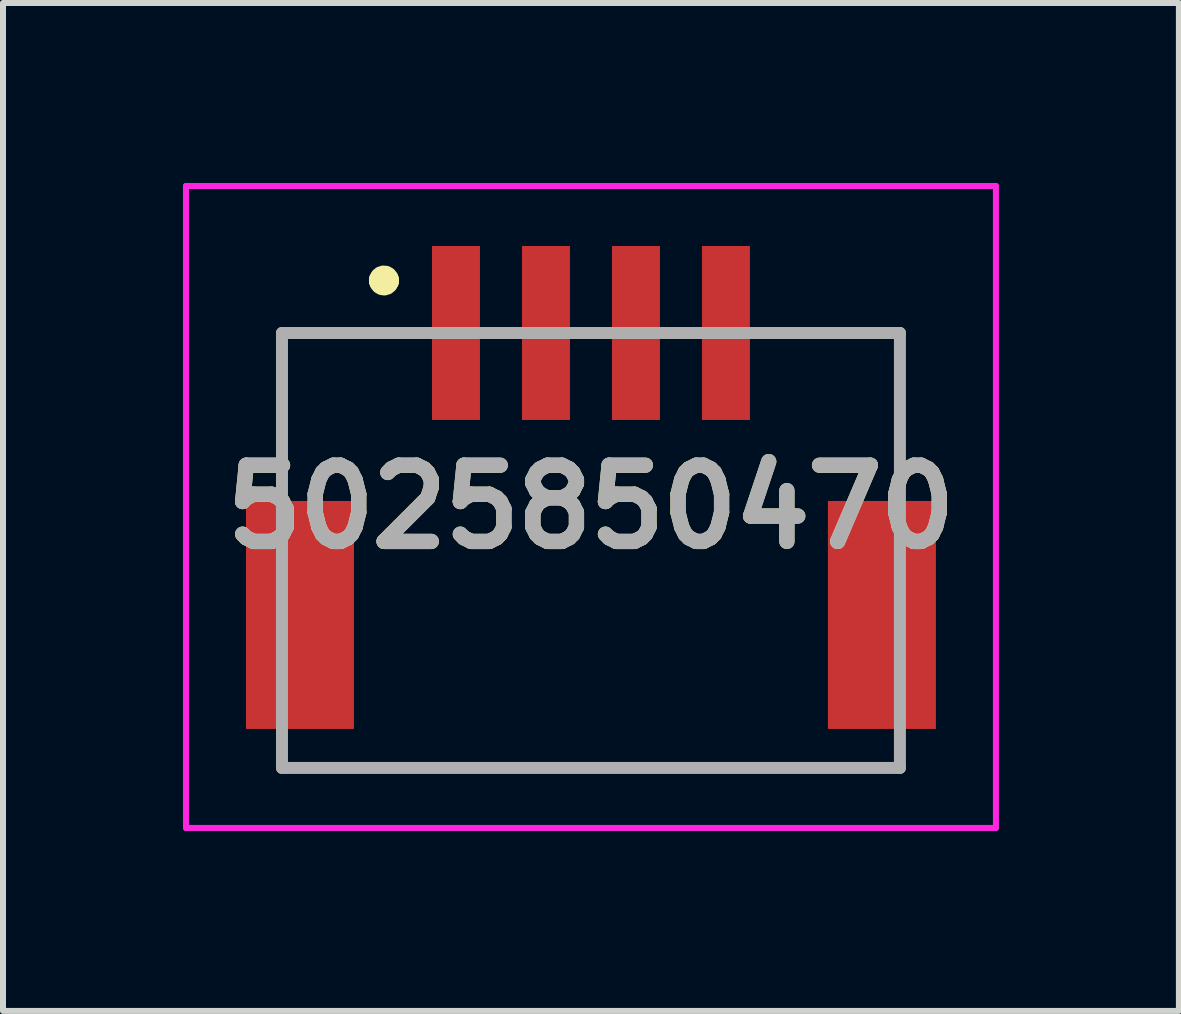
<source format=kicad_pcb>
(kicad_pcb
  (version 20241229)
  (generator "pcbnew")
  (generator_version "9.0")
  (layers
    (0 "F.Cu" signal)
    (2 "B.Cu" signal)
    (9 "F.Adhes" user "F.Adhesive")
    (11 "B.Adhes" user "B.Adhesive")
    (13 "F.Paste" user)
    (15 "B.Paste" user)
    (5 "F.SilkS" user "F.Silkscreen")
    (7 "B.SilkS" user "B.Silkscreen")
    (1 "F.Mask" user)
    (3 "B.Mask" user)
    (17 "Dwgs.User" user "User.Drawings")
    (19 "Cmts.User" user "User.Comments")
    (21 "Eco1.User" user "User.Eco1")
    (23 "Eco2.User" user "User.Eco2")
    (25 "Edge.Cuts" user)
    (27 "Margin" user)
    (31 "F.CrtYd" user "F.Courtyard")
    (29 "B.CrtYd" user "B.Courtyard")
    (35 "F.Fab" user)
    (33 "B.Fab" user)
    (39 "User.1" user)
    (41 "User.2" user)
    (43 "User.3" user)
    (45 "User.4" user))
  (footprint "5025850470"
    (layer "F.Cu")
    (at 6.8 6.125)
    (property "Reference" "5025850470" (at 0 -0.725 0) (layer "F.SilkS") (effects (font (size 1.27 1.27) (thickness 0.254))))
    (attr smd)
    (fp_line (start -5.15 -3.625) (end -5.15 -1.5) (stroke (width 0.1) (type solid)) (layer "F.SilkS"))
    (fp_line (start -5.15 3.625) (end 4.85 3.625) (stroke (width 0.1) (type solid)) (layer "F.SilkS"))
    (fp_line (start -3.5 -4.5) (end -3.5 -4.5) (stroke (width 0.4) (type solid)) (layer "F.SilkS"))
    (fp_line (start -3.4 -4.5) (end -3.4 -4.5) (stroke (width 0.4) (type solid)) (layer "F.SilkS"))
    (fp_line (start -3 -3.625) (end -5.15 -3.625) (stroke (width 0.1) (type solid)) (layer "F.SilkS"))
    (fp_line (start 3 -3.625) (end 5.15 -3.625) (stroke (width 0.1) (type solid)) (layer "F.SilkS"))
    (fp_line (start 5.15 -3.625) (end 5.15 -1.5) (stroke (width 0.1) (type solid)) (layer "F.SilkS"))
    (fp_arc (start -3.5 -4.5) (mid -3.45 -4.55) (end -3.4 -4.5) (stroke (width 0.4) (type solid)) (layer "F.SilkS"))
    (fp_arc (start -3.4 -4.5) (mid -3.45 -4.45) (end -3.5 -4.5) (stroke (width 0.4) (type solid)) (layer "F.SilkS"))
    (fp_line (start -6.75 -6.075) (end 6.75 -6.075) (stroke (width 0.1) (type solid)) (layer "F.CrtYd"))
    (fp_line (start -6.75 4.625) (end -6.75 -6.075) (stroke (width 0.1) (type solid)) (layer "F.CrtYd"))
    (fp_line (start 6.75 -6.075) (end 6.75 4.625) (stroke (width 0.1) (type solid)) (layer "F.CrtYd"))
    (fp_line (start 6.75 4.625) (end -6.75 4.625) (stroke (width 0.1) (type solid)) (layer "F.CrtYd"))
    (fp_line (start -5.15 -3.625) (end 5.15 -3.625) (stroke (width 0.2) (type solid)) (layer "F.Fab"))
    (fp_line (start -5.15 3.625) (end -5.15 -3.625) (stroke (width 0.2) (type solid)) (layer "F.Fab"))
    (fp_line (start 5.15 -3.625) (end 5.15 3.625) (stroke (width 0.2) (type solid)) (layer "F.Fab"))
    (fp_line (start 5.15 3.625) (end -5.15 3.625) (stroke (width 0.2) (type solid)) (layer "F.Fab"))
    (fp_text user "${REFERENCE}" (at 0 -0.725 0) (layer "F.Fab") (effects (font (size 1.27 1.27) (thickness 0.254))))
    (pad "1" smd rect (at -2.25 -3.625) (size 0.8 2.9) (layers "F.Cu" "F.Mask" "F.Paste"))
    (pad "2" smd rect (at -0.75 -3.625) (size 0.8 2.9) (layers "F.Cu" "F.Mask" "F.Paste"))
    (pad "3" smd rect (at 0.75 -3.625) (size 0.8 2.9) (layers "F.Cu" "F.Mask" "F.Paste"))
    (pad "4" smd rect (at 2.25 -3.625) (size 0.8 2.9) (layers "F.Cu" "F.Mask" "F.Paste"))
    (pad "MP1" smd rect (at -4.85 1.075) (size 1.8 3.8) (layers "F.Cu" "F.Mask" "F.Paste"))
    (pad "MP2" smd rect (at 4.85 1.075) (size 1.8 3.8) (layers "F.Cu" "F.Mask" "F.Paste")))
  (gr_rect
    (start -3 -3)
    (end 16.6 13.8)
    (stroke (width 0.1) (type default))
    (fill no)
    (layer "Edge.Cuts")))
</source>
